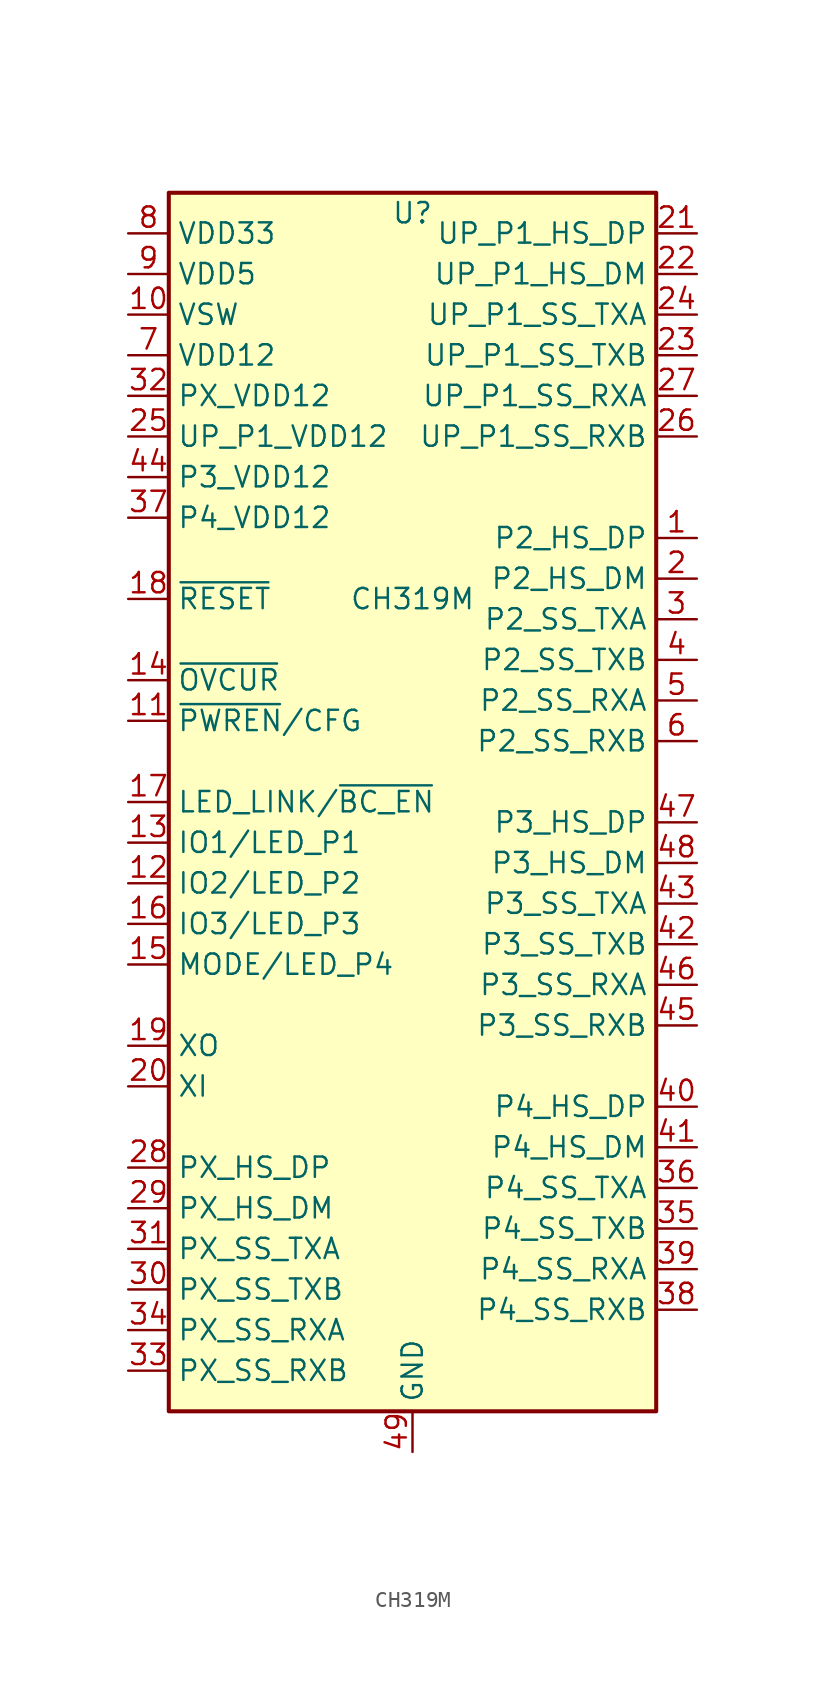
<source format=kicad_sym>
(kicad_symbol_lib
  (version 20241209)
  (generator "kicad_symbol_editor")
  (generator_version "9.0")
  (symbol "CH319M"
    (property "Reference" "U"
      (at 0 24.13 0)
      (effects (font (size 1.27 1.27))))
    (property "Value" "CH319M"
      (at 0 0 0)
      (effects (font (size 1.27 1.27))))
    (symbol "CH319M_1_1"
      (rectangle (start -15.24 25.4) (end 15.24 -50.8) (stroke (width 0.254) (type solid)) (fill (type background)))
      (pin power_in line (at -17.78 22.86 0) (length 2.54) (name "VDD33" (effects (font (size 1.27 1.27)))) (number "8" (effects (font (size 1.27 1.27)))))
      (pin power_in line (at -17.78 20.32 0) (length 2.54) (name "VDD5" (effects (font (size 1.27 1.27)))) (number "9" (effects (font (size 1.27 1.27)))))
      (pin power_out line (at -17.78 17.78 0) (length 2.54) (name "VSW" (effects (font (size 1.27 1.27)))) (number "10" (effects (font (size 1.27 1.27)))))
      (pin power_in line (at -17.78 15.24 0) (length 2.54) (name "VDD12" (effects (font (size 1.27 1.27)))) (number "7" (effects (font (size 1.27 1.27)))))
      (pin power_in line (at -17.78 12.7 0) (length 2.54) (name "PX_VDD12" (effects (font (size 1.27 1.27)))) (number "32" (effects (font (size 1.27 1.27)))))
      (pin power_in line (at -17.78 10.16 0) (length 2.54) (name "UP_P1_VDD12" (effects (font (size 1.27 1.27)))) (number "25" (effects (font (size 1.27 1.27)))))
      (pin power_in line (at -17.78 7.62 0) (length 2.54) (name "P3_VDD12" (effects (font (size 1.27 1.27)))) (number "44" (effects (font (size 1.27 1.27)))))
      (pin power_in line (at -17.78 5.08 0) (length 2.54) (name "P4_VDD12" (effects (font (size 1.27 1.27)))) (number "37" (effects (font (size 1.27 1.27)))))
      (pin passive line (at -17.78 0 0) (length 2.54) (name "~{RESET}" (effects (font (size 1.27 1.27)))) (number "18" (effects (font (size 1.27 1.27)))))
      (pin passive line (at -17.78 -5.08 0) (length 2.54) (name "~{OVCUR}" (effects (font (size 1.27 1.27)))) (number "14" (effects (font (size 1.27 1.27)))))
      (pin passive line (at -17.78 -7.62 0) (length 2.54) (name "~{PWREN}/CFG" (effects (font (size 1.27 1.27)))) (number "11" (effects (font (size 1.27 1.27)))))
      (pin passive line (at -17.78 -12.7 0) (length 2.54) (name "LED_LINK/~{BC_EN}" (effects (font (size 1.27 1.27)))) (number "17" (effects (font (size 1.27 1.27)))))
      (pin passive line (at -17.78 -15.24 0) (length 2.54) (name "IO1/LED_P1" (effects (font (size 1.27 1.27)))) (number "13" (effects (font (size 1.27 1.27)))))
      (pin passive line (at -17.78 -17.78 0) (length 2.54) (name "IO2/LED_P2" (effects (font (size 1.27 1.27)))) (number "12" (effects (font (size 1.27 1.27)))))
      (pin passive line (at -17.78 -20.32 0) (length 2.54) (name "IO3/LED_P3" (effects (font (size 1.27 1.27)))) (number "16" (effects (font (size 1.27 1.27)))))
      (pin passive line (at -17.78 -22.86 0) (length 2.54) (name "MODE/LED_P4" (effects (font (size 1.27 1.27)))) (number "15" (effects (font (size 1.27 1.27)))))
      (pin output line (at -17.78 -27.94 0) (length 2.54) (name "XO" (effects (font (size 1.27 1.27)))) (number "19" (effects (font (size 1.27 1.27)))))
      (pin input line (at -17.78 -30.48 0) (length 2.54) (name "XI" (effects (font (size 1.27 1.27)))) (number "20" (effects (font (size 1.27 1.27)))))
      (pin bidirectional line (at -17.78 -35.56 0) (length 2.54) (name "PX_HS_DP" (effects (font (size 1.27 1.27)))) (number "28" (effects (font (size 1.27 1.27)))))
      (pin bidirectional line (at -17.78 -38.1 0) (length 2.54) (name "PX_HS_DM" (effects (font (size 1.27 1.27)))) (number "29" (effects (font (size 1.27 1.27)))))
      (pin bidirectional line (at -17.78 -40.64 0) (length 2.54) (name "PX_SS_TXA" (effects (font (size 1.27 1.27)))) (number "31" (effects (font (size 1.27 1.27)))))
      (pin bidirectional line (at -17.78 -43.18 0) (length 2.54) (name "PX_SS_TXB" (effects (font (size 1.27 1.27)))) (number "30" (effects (font (size 1.27 1.27)))))
      (pin bidirectional line (at -17.78 -45.72 0) (length 2.54) (name "PX_SS_RXA" (effects (font (size 1.27 1.27)))) (number "34" (effects (font (size 1.27 1.27)))))
      (pin bidirectional line (at -17.78 -48.26 0) (length 2.54) (name "PX_SS_RXB" (effects (font (size 1.27 1.27)))) (number "33" (effects (font (size 1.27 1.27)))))
      (pin power_in line (at 0 -53.34 90) (length 2.54) (name "GND" (effects (font (size 1.27 1.27)))) (number "49" (effects (font (size 1.27 1.27)))))
      (pin bidirectional line (at 17.78 22.86 180) (length 2.54) (name "UP_P1_HS_DP" (effects (font (size 1.27 1.27)))) (number "21" (effects (font (size 1.27 1.27)))))
      (pin bidirectional line (at 17.78 20.32 180) (length 2.54) (name "UP_P1_HS_DM" (effects (font (size 1.27 1.27)))) (number "22" (effects (font (size 1.27 1.27)))))
      (pin bidirectional line (at 17.78 17.78 180) (length 2.54) (name "UP_P1_SS_TXA" (effects (font (size 1.27 1.27)))) (number "24" (effects (font (size 1.27 1.27)))))
      (pin bidirectional line (at 17.78 15.24 180) (length 2.54) (name "UP_P1_SS_TXB" (effects (font (size 1.27 1.27)))) (number "23" (effects (font (size 1.27 1.27)))))
      (pin bidirectional line (at 17.78 12.7 180) (length 2.54) (name "UP_P1_SS_RXA" (effects (font (size 1.27 1.27)))) (number "27" (effects (font (size 1.27 1.27)))))
      (pin bidirectional line (at 17.78 10.16 180) (length 2.54) (name "UP_P1_SS_RXB" (effects (font (size 1.27 1.27)))) (number "26" (effects (font (size 1.27 1.27)))))
      (pin bidirectional line (at 17.78 3.81 180) (length 2.54) (name "P2_HS_DP" (effects (font (size 1.27 1.27)))) (number "1" (effects (font (size 1.27 1.27)))))
      (pin bidirectional line (at 17.78 1.27 180) (length 2.54) (name "P2_HS_DM" (effects (font (size 1.27 1.27)))) (number "2" (effects (font (size 1.27 1.27)))))
      (pin bidirectional line (at 17.78 -1.27 180) (length 2.54) (name "P2_SS_TXA" (effects (font (size 1.27 1.27)))) (number "3" (effects (font (size 1.27 1.27)))))
      (pin bidirectional line (at 17.78 -3.81 180) (length 2.54) (name "P2_SS_TXB" (effects (font (size 1.27 1.27)))) (number "4" (effects (font (size 1.27 1.27)))))
      (pin bidirectional line (at 17.78 -6.35 180) (length 2.54) (name "P2_SS_RXA" (effects (font (size 1.27 1.27)))) (number "5" (effects (font (size 1.27 1.27)))))
      (pin bidirectional line (at 17.78 -8.89 180) (length 2.54) (name "P2_SS_RXB" (effects (font (size 1.27 1.27)))) (number "6" (effects (font (size 1.27 1.27)))))
      (pin bidirectional line (at 17.78 -13.97 180) (length 2.54) (name "P3_HS_DP" (effects (font (size 1.27 1.27)))) (number "47" (effects (font (size 1.27 1.27)))))
      (pin bidirectional line (at 17.78 -16.51 180) (length 2.54) (name "P3_HS_DM" (effects (font (size 1.27 1.27)))) (number "48" (effects (font (size 1.27 1.27)))))
      (pin bidirectional line (at 17.78 -19.05 180) (length 2.54) (name "P3_SS_TXA" (effects (font (size 1.27 1.27)))) (number "43" (effects (font (size 1.27 1.27)))))
      (pin bidirectional line (at 17.78 -21.59 180) (length 2.54) (name "P3_SS_TXB" (effects (font (size 1.27 1.27)))) (number "42" (effects (font (size 1.27 1.27)))))
      (pin bidirectional line (at 17.78 -24.13 180) (length 2.54) (name "P3_SS_RXA" (effects (font (size 1.27 1.27)))) (number "46" (effects (font (size 1.27 1.27)))))
      (pin bidirectional line (at 17.78 -26.67 180) (length 2.54) (name "P3_SS_RXB" (effects (font (size 1.27 1.27)))) (number "45" (effects (font (size 1.27 1.27)))))
      (pin bidirectional line (at 17.78 -31.75 180) (length 2.54) (name "P4_HS_DP" (effects (font (size 1.27 1.27)))) (number "40" (effects (font (size 1.27 1.27)))))
      (pin bidirectional line (at 17.78 -34.29 180) (length 2.54) (name "P4_HS_DM" (effects (font (size 1.27 1.27)))) (number "41" (effects (font (size 1.27 1.27)))))
      (pin bidirectional line (at 17.78 -36.83 180) (length 2.54) (name "P4_SS_TXA" (effects (font (size 1.27 1.27)))) (number "36" (effects (font (size 1.27 1.27)))))
      (pin bidirectional line (at 17.78 -39.37 180) (length 2.54) (name "P4_SS_TXB" (effects (font (size 1.27 1.27)))) (number "35" (effects (font (size 1.27 1.27)))))
      (pin bidirectional line (at 17.78 -41.91 180) (length 2.54) (name "P4_SS_RXA" (effects (font (size 1.27 1.27)))) (number "39" (effects (font (size 1.27 1.27)))))
      (pin bidirectional line (at 17.78 -44.45 180) (length 2.54) (name "P4_SS_RXB" (effects (font (size 1.27 1.27)))) (number "38" (effects (font (size 1.27 1.27))))))))
</source>
